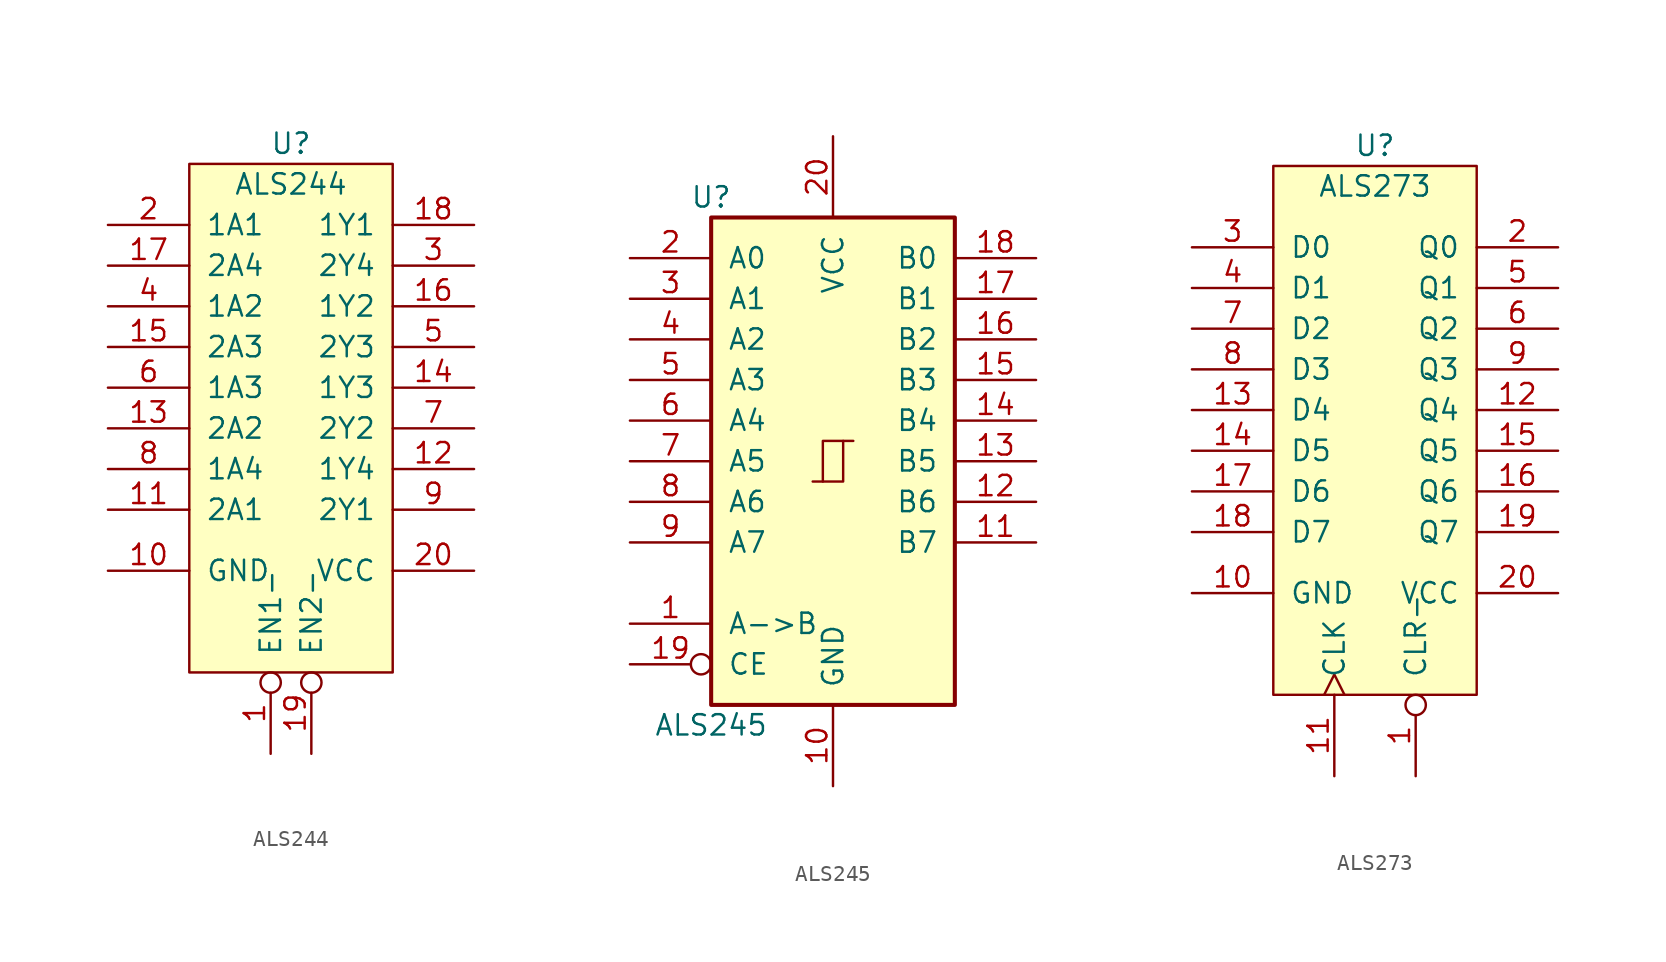
<source format=kicad_sym>
(kicad_symbol_lib
  (version 20231120)
  (generator "kicad_symbol_editor")
  (generator_version "8.0")
  (symbol "ALS244"
    (pin_names
      (offset 1.016))
    (property "Reference" "U"
      (at 0 2.54 0)
      (effects (font (size 1.27 1.27))))
    (property "Value" "ALS244"
      (at 0 0 0)
      (effects (font (size 1.27 1.27))))
    (symbol "ALS244_0_1"
      (rectangle (start -6.35 1.27) (end 6.35 -30.48) (stroke (width 0) (type solid)) (fill (type background))))
    (symbol "ALS244_1_1"
      (pin input inverted (at -1.27 -35.56 90) (length 5.08) (name "EN1-" (effects (font (size 1.27 1.27)))) (number "1" (effects (font (size 1.27 1.27)))))
      (pin power_in line (at -11.43 -24.13 0) (length 5.08) (name "GND" (effects (font (size 1.27 1.27)))) (number "10" (effects (font (size 1.27 1.27)))))
      (pin input line (at -11.43 -20.32 0) (length 5.08) (name "2A1" (effects (font (size 1.27 1.27)))) (number "11" (effects (font (size 1.27 1.27)))))
      (pin output line (at 11.43 -17.78 180) (length 5.08) (name "1Y4" (effects (font (size 1.27 1.27)))) (number "12" (effects (font (size 1.27 1.27)))))
      (pin input line (at -11.43 -15.24 0) (length 5.08) (name "2A2" (effects (font (size 1.27 1.27)))) (number "13" (effects (font (size 1.27 1.27)))))
      (pin output line (at 11.43 -12.7 180) (length 5.08) (name "1Y3" (effects (font (size 1.27 1.27)))) (number "14" (effects (font (size 1.27 1.27)))))
      (pin input line (at -11.43 -10.16 0) (length 5.08) (name "2A3" (effects (font (size 1.27 1.27)))) (number "15" (effects (font (size 1.27 1.27)))))
      (pin output line (at 11.43 -7.62 180) (length 5.08) (name "1Y2" (effects (font (size 1.27 1.27)))) (number "16" (effects (font (size 1.27 1.27)))))
      (pin input line (at -11.43 -5.08 0) (length 5.08) (name "2A4" (effects (font (size 1.27 1.27)))) (number "17" (effects (font (size 1.27 1.27)))))
      (pin output line (at 11.43 -2.54 180) (length 5.08) (name "1Y1" (effects (font (size 1.27 1.27)))) (number "18" (effects (font (size 1.27 1.27)))))
      (pin input inverted (at 1.27 -35.56 90) (length 5.08) (name "EN2-" (effects (font (size 1.27 1.27)))) (number "19" (effects (font (size 1.27 1.27)))))
      (pin input line (at -11.43 -2.54 0) (length 5.08) (name "1A1" (effects (font (size 1.27 1.27)))) (number "2" (effects (font (size 1.27 1.27)))))
      (pin power_in line (at 11.43 -24.13 180) (length 5.08) (name "VCC" (effects (font (size 1.27 1.27)))) (number "20" (effects (font (size 1.27 1.27)))))
      (pin output line (at 11.43 -5.08 180) (length 5.08) (name "2Y4" (effects (font (size 1.27 1.27)))) (number "3" (effects (font (size 1.27 1.27)))))
      (pin input line (at -11.43 -7.62 0) (length 5.08) (name "1A2" (effects (font (size 1.27 1.27)))) (number "4" (effects (font (size 1.27 1.27)))))
      (pin output line (at 11.43 -10.16 180) (length 5.08) (name "2Y3" (effects (font (size 1.27 1.27)))) (number "5" (effects (font (size 1.27 1.27)))))
      (pin input line (at -11.43 -12.7 0) (length 5.08) (name "1A3" (effects (font (size 1.27 1.27)))) (number "6" (effects (font (size 1.27 1.27)))))
      (pin output line (at 11.43 -15.24 180) (length 5.08) (name "2Y2" (effects (font (size 1.27 1.27)))) (number "7" (effects (font (size 1.27 1.27)))))
      (pin input line (at -11.43 -17.78 0) (length 5.08) (name "1A4" (effects (font (size 1.27 1.27)))) (number "8" (effects (font (size 1.27 1.27)))))
      (pin output line (at 11.43 -20.32 180) (length 5.08) (name "2Y1" (effects (font (size 1.27 1.27)))) (number "9" (effects (font (size 1.27 1.27)))))))
  (symbol "ALS245"
    (pin_names
      (offset 1.016))
    (property "Reference" "U"
      (at -7.62 16.51 0)
      (effects (font (size 1.27 1.27))))
    (property "Value" "ALS245"
      (at -7.62 -16.51 0)
      (effects (font (size 1.27 1.27))))
    (symbol "ALS245_1_0"
      (polyline (pts (xy -0.635 -1.27) (xy -0.635 1.27) (xy 0.635 1.27)) (stroke (width 0) (type solid)) (fill (type none)))
      (polyline (pts (xy -1.27 -1.27) (xy 0.635 -1.27) (xy 0.635 1.27) (xy 1.27 1.27)) (stroke (width 0) (type solid)) (fill (type none)))
      (pin input line (at -12.7 -10.16 0) (length 5.08) (name "A->B" (effects (font (size 1.27 1.27)))) (number "1" (effects (font (size 1.27 1.27)))))
      (pin power_in line (at 0 -20.32 90) (length 5.08) (name "GND" (effects (font (size 1.27 1.27)))) (number "10" (effects (font (size 1.27 1.27)))))
      (pin tri_state line (at 12.7 -5.08 180) (length 5.08) (name "B7" (effects (font (size 1.27 1.27)))) (number "11" (effects (font (size 1.27 1.27)))))
      (pin tri_state line (at 12.7 -2.54 180) (length 5.08) (name "B6" (effects (font (size 1.27 1.27)))) (number "12" (effects (font (size 1.27 1.27)))))
      (pin tri_state line (at 12.7 0 180) (length 5.08) (name "B5" (effects (font (size 1.27 1.27)))) (number "13" (effects (font (size 1.27 1.27)))))
      (pin tri_state line (at 12.7 2.54 180) (length 5.08) (name "B4" (effects (font (size 1.27 1.27)))) (number "14" (effects (font (size 1.27 1.27)))))
      (pin tri_state line (at 12.7 5.08 180) (length 5.08) (name "B3" (effects (font (size 1.27 1.27)))) (number "15" (effects (font (size 1.27 1.27)))))
      (pin tri_state line (at 12.7 7.62 180) (length 5.08) (name "B2" (effects (font (size 1.27 1.27)))) (number "16" (effects (font (size 1.27 1.27)))))
      (pin tri_state line (at 12.7 10.16 180) (length 5.08) (name "B1" (effects (font (size 1.27 1.27)))) (number "17" (effects (font (size 1.27 1.27)))))
      (pin tri_state line (at 12.7 12.7 180) (length 5.08) (name "B0" (effects (font (size 1.27 1.27)))) (number "18" (effects (font (size 1.27 1.27)))))
      (pin input inverted (at -12.7 -12.7 0) (length 5.08) (name "CE" (effects (font (size 1.27 1.27)))) (number "19" (effects (font (size 1.27 1.27)))))
      (pin tri_state line (at -12.7 12.7 0) (length 5.08) (name "A0" (effects (font (size 1.27 1.27)))) (number "2" (effects (font (size 1.27 1.27)))))
      (pin power_in line (at 0 20.32 270) (length 5.08) (name "VCC" (effects (font (size 1.27 1.27)))) (number "20" (effects (font (size 1.27 1.27)))))
      (pin tri_state line (at -12.7 10.16 0) (length 5.08) (name "A1" (effects (font (size 1.27 1.27)))) (number "3" (effects (font (size 1.27 1.27)))))
      (pin tri_state line (at -12.7 7.62 0) (length 5.08) (name "A2" (effects (font (size 1.27 1.27)))) (number "4" (effects (font (size 1.27 1.27)))))
      (pin tri_state line (at -12.7 5.08 0) (length 5.08) (name "A3" (effects (font (size 1.27 1.27)))) (number "5" (effects (font (size 1.27 1.27)))))
      (pin tri_state line (at -12.7 2.54 0) (length 5.08) (name "A4" (effects (font (size 1.27 1.27)))) (number "6" (effects (font (size 1.27 1.27)))))
      (pin tri_state line (at -12.7 0 0) (length 5.08) (name "A5" (effects (font (size 1.27 1.27)))) (number "7" (effects (font (size 1.27 1.27)))))
      (pin tri_state line (at -12.7 -2.54 0) (length 5.08) (name "A6" (effects (font (size 1.27 1.27)))) (number "8" (effects (font (size 1.27 1.27)))))
      (pin tri_state line (at -12.7 -5.08 0) (length 5.08) (name "A7" (effects (font (size 1.27 1.27)))) (number "9" (effects (font (size 1.27 1.27))))))
    (symbol "ALS245_1_1"
      (rectangle (start -7.62 15.24) (end 7.62 -15.24) (stroke (width 0.254) (type solid)) (fill (type background)))))
  (symbol "ALS273"
    (pin_names
      (offset 1.016))
    (property "Reference" "U"
      (at 0 3.81 0)
      (effects (font (size 1.27 1.27))))
    (property "Value" "ALS273"
      (at 0 1.27 0)
      (effects (font (size 1.27 1.27))))
    (symbol "ALS273_0_1"
      (rectangle (start -6.35 2.54) (end 6.35 -30.48) (stroke (width 0) (type solid)) (fill (type background))))
    (symbol "ALS273_1_1"
      (pin input inverted (at 2.54 -35.56 90) (length 5.08) (name "CLR-" (effects (font (size 1.27 1.27)))) (number "1" (effects (font (size 1.27 1.27)))))
      (pin power_in line (at -11.43 -24.13 0) (length 5.08) (name "GND" (effects (font (size 1.27 1.27)))) (number "10" (effects (font (size 1.27 1.27)))))
      (pin input clock (at -2.54 -35.56 90) (length 5.08) (name "CLK" (effects (font (size 1.27 1.27)))) (number "11" (effects (font (size 1.27 1.27)))))
      (pin output line (at 11.43 -12.7 180) (length 5.08) (name "Q4" (effects (font (size 1.27 1.27)))) (number "12" (effects (font (size 1.27 1.27)))))
      (pin input line (at -11.43 -12.7 0) (length 5.08) (name "D4" (effects (font (size 1.27 1.27)))) (number "13" (effects (font (size 1.27 1.27)))))
      (pin input line (at -11.43 -15.24 0) (length 5.08) (name "D5" (effects (font (size 1.27 1.27)))) (number "14" (effects (font (size 1.27 1.27)))))
      (pin output line (at 11.43 -15.24 180) (length 5.08) (name "Q5" (effects (font (size 1.27 1.27)))) (number "15" (effects (font (size 1.27 1.27)))))
      (pin output line (at 11.43 -17.78 180) (length 5.08) (name "Q6" (effects (font (size 1.27 1.27)))) (number "16" (effects (font (size 1.27 1.27)))))
      (pin input line (at -11.43 -17.78 0) (length 5.08) (name "D6" (effects (font (size 1.27 1.27)))) (number "17" (effects (font (size 1.27 1.27)))))
      (pin input line (at -11.43 -20.32 0) (length 5.08) (name "D7" (effects (font (size 1.27 1.27)))) (number "18" (effects (font (size 1.27 1.27)))))
      (pin output line (at 11.43 -20.32 180) (length 5.08) (name "Q7" (effects (font (size 1.27 1.27)))) (number "19" (effects (font (size 1.27 1.27)))))
      (pin output line (at 11.43 -2.54 180) (length 5.08) (name "Q0" (effects (font (size 1.27 1.27)))) (number "2" (effects (font (size 1.27 1.27)))))
      (pin power_in line (at 11.43 -24.13 180) (length 5.08) (name "VCC" (effects (font (size 1.27 1.27)))) (number "20" (effects (font (size 1.27 1.27)))))
      (pin input line (at -11.43 -2.54 0) (length 5.08) (name "D0" (effects (font (size 1.27 1.27)))) (number "3" (effects (font (size 1.27 1.27)))))
      (pin input line (at -11.43 -5.08 0) (length 5.08) (name "D1" (effects (font (size 1.27 1.27)))) (number "4" (effects (font (size 1.27 1.27)))))
      (pin output line (at 11.43 -5.08 180) (length 5.08) (name "Q1" (effects (font (size 1.27 1.27)))) (number "5" (effects (font (size 1.27 1.27)))))
      (pin output line (at 11.43 -7.62 180) (length 5.08) (name "Q2" (effects (font (size 1.27 1.27)))) (number "6" (effects (font (size 1.27 1.27)))))
      (pin input line (at -11.43 -7.62 0) (length 5.08) (name "D2" (effects (font (size 1.27 1.27)))) (number "7" (effects (font (size 1.27 1.27)))))
      (pin input line (at -11.43 -10.16 0) (length 5.08) (name "D3" (effects (font (size 1.27 1.27)))) (number "8" (effects (font (size 1.27 1.27)))))
      (pin output line (at 11.43 -10.16 180) (length 5.08) (name "Q3" (effects (font (size 1.27 1.27)))) (number "9" (effects (font (size 1.27 1.27))))))))
</source>
